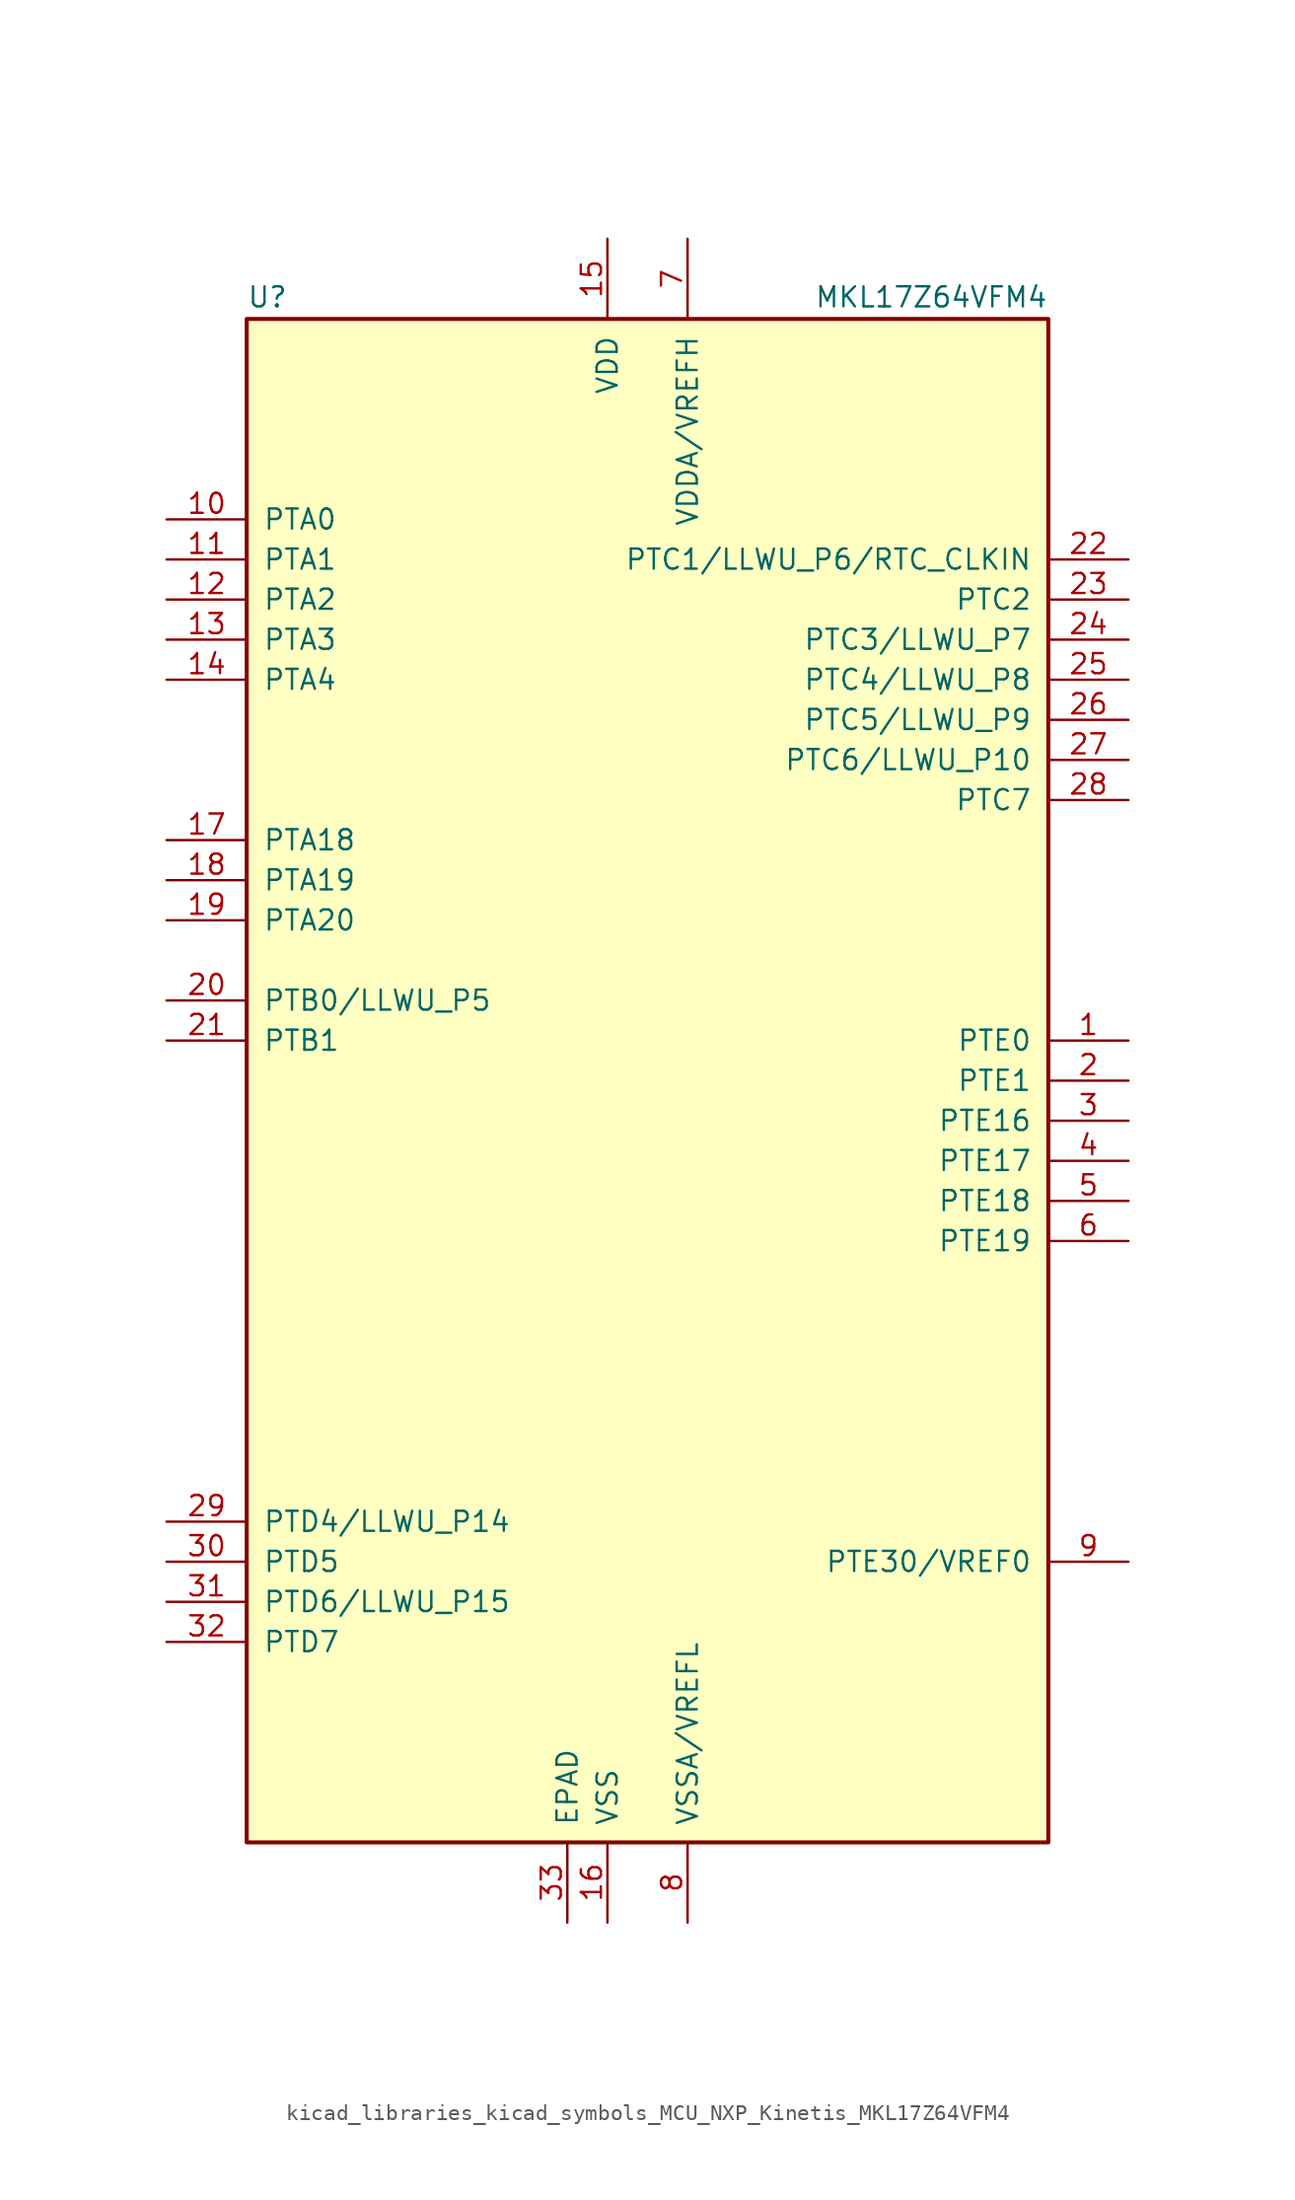
<source format=kicad_sym>
(kicad_symbol_lib
  (version 20220914)
  (generator kicad_symbol_editor)
  (symbol "kicad_libraries_kicad_symbols_MCU_NXP_Kinetis_MKL17Z64VFM4"
    (pin_names
      (offset 1.016))
    (property "Reference" "U"
      (at -25.4 48.895 0)
      (effects (font (size 1.27 1.27)) (justify left bottom)))
    (property "Value" "MKL17Z64VFM4"
      (at 25.4 48.895 0)
      (effects (font (size 1.27 1.27)) (justify right bottom)))
    (symbol "kicad_libraries_kicad_symbols_MCU_NXP_Kinetis_MKL17Z64VFM4_0_1"
      (rectangle (start -25.4 48.26) (end 25.4 -48.26) (stroke (width 0.254) (type default)) (fill (type background))))
    (symbol "kicad_libraries_kicad_symbols_MCU_NXP_Kinetis_MKL17Z64VFM4_1_1"
      (pin bidirectional line (at 30.48 2.54 180) (length 5.08) (name "PTE0" (effects (font (size 1.27 1.27)))) (number "1" (effects (font (size 1.27 1.27)))))
      (pin bidirectional line (at -30.48 35.56 0) (length 5.08) (name "PTA0" (effects (font (size 1.27 1.27)))) (number "10" (effects (font (size 1.27 1.27)))))
      (pin bidirectional line (at -30.48 33.02 0) (length 5.08) (name "PTA1" (effects (font (size 1.27 1.27)))) (number "11" (effects (font (size 1.27 1.27)))))
      (pin bidirectional line (at -30.48 30.48 0) (length 5.08) (name "PTA2" (effects (font (size 1.27 1.27)))) (number "12" (effects (font (size 1.27 1.27)))))
      (pin bidirectional line (at -30.48 27.94 0) (length 5.08) (name "PTA3" (effects (font (size 1.27 1.27)))) (number "13" (effects (font (size 1.27 1.27)))))
      (pin bidirectional line (at -30.48 25.4 0) (length 5.08) (name "PTA4" (effects (font (size 1.27 1.27)))) (number "14" (effects (font (size 1.27 1.27)))))
      (pin power_in line (at -2.54 53.34 270) (length 5.08) (name "VDD" (effects (font (size 1.27 1.27)))) (number "15" (effects (font (size 1.27 1.27)))))
      (pin power_in line (at -2.54 -53.34 90) (length 5.08) (name "VSS" (effects (font (size 1.27 1.27)))) (number "16" (effects (font (size 1.27 1.27)))))
      (pin bidirectional line (at -30.48 15.24 0) (length 5.08) (name "PTA18" (effects (font (size 1.27 1.27)))) (number "17" (effects (font (size 1.27 1.27)))))
      (pin bidirectional line (at -30.48 12.7 0) (length 5.08) (name "PTA19" (effects (font (size 1.27 1.27)))) (number "18" (effects (font (size 1.27 1.27)))))
      (pin bidirectional line (at -30.48 10.16 0) (length 5.08) (name "PTA20" (effects (font (size 1.27 1.27)))) (number "19" (effects (font (size 1.27 1.27)))))
      (pin bidirectional line (at 30.48 0 180) (length 5.08) (name "PTE1" (effects (font (size 1.27 1.27)))) (number "2" (effects (font (size 1.27 1.27)))))
      (pin bidirectional line (at -30.48 5.08 0) (length 5.08) (name "PTB0/LLWU_P5" (effects (font (size 1.27 1.27)))) (number "20" (effects (font (size 1.27 1.27)))))
      (pin bidirectional line (at -30.48 2.54 0) (length 5.08) (name "PTB1" (effects (font (size 1.27 1.27)))) (number "21" (effects (font (size 1.27 1.27)))))
      (pin bidirectional line (at 30.48 33.02 180) (length 5.08) (name "PTC1/LLWU_P6/RTC_CLKIN" (effects (font (size 1.27 1.27)))) (number "22" (effects (font (size 1.27 1.27)))))
      (pin bidirectional line (at 30.48 30.48 180) (length 5.08) (name "PTC2" (effects (font (size 1.27 1.27)))) (number "23" (effects (font (size 1.27 1.27)))))
      (pin bidirectional line (at 30.48 27.94 180) (length 5.08) (name "PTC3/LLWU_P7" (effects (font (size 1.27 1.27)))) (number "24" (effects (font (size 1.27 1.27)))))
      (pin bidirectional line (at 30.48 25.4 180) (length 5.08) (name "PTC4/LLWU_P8" (effects (font (size 1.27 1.27)))) (number "25" (effects (font (size 1.27 1.27)))))
      (pin bidirectional line (at 30.48 22.86 180) (length 5.08) (name "PTC5/LLWU_P9" (effects (font (size 1.27 1.27)))) (number "26" (effects (font (size 1.27 1.27)))))
      (pin bidirectional line (at 30.48 20.32 180) (length 5.08) (name "PTC6/LLWU_P10" (effects (font (size 1.27 1.27)))) (number "27" (effects (font (size 1.27 1.27)))))
      (pin bidirectional line (at 30.48 17.78 180) (length 5.08) (name "PTC7" (effects (font (size 1.27 1.27)))) (number "28" (effects (font (size 1.27 1.27)))))
      (pin bidirectional line (at -30.48 -27.94 0) (length 5.08) (name "PTD4/LLWU_P14" (effects (font (size 1.27 1.27)))) (number "29" (effects (font (size 1.27 1.27)))))
      (pin bidirectional line (at 30.48 -2.54 180) (length 5.08) (name "PTE16" (effects (font (size 1.27 1.27)))) (number "3" (effects (font (size 1.27 1.27)))))
      (pin bidirectional line (at -30.48 -30.48 0) (length 5.08) (name "PTD5" (effects (font (size 1.27 1.27)))) (number "30" (effects (font (size 1.27 1.27)))))
      (pin bidirectional line (at -30.48 -33.02 0) (length 5.08) (name "PTD6/LLWU_P15" (effects (font (size 1.27 1.27)))) (number "31" (effects (font (size 1.27 1.27)))))
      (pin bidirectional line (at -30.48 -35.56 0) (length 5.08) (name "PTD7" (effects (font (size 1.27 1.27)))) (number "32" (effects (font (size 1.27 1.27)))))
      (pin power_in line (at -5.08 -53.34 90) (length 5.08) (name "EPAD" (effects (font (size 1.27 1.27)))) (number "33" (effects (font (size 1.27 1.27)))))
      (pin bidirectional line (at 30.48 -5.08 180) (length 5.08) (name "PTE17" (effects (font (size 1.27 1.27)))) (number "4" (effects (font (size 1.27 1.27)))))
      (pin bidirectional line (at 30.48 -7.62 180) (length 5.08) (name "PTE18" (effects (font (size 1.27 1.27)))) (number "5" (effects (font (size 1.27 1.27)))))
      (pin bidirectional line (at 30.48 -10.16 180) (length 5.08) (name "PTE19" (effects (font (size 1.27 1.27)))) (number "6" (effects (font (size 1.27 1.27)))))
      (pin power_in line (at 2.54 53.34 270) (length 5.08) (name "VDDA/VREFH" (effects (font (size 1.27 1.27)))) (number "7" (effects (font (size 1.27 1.27)))))
      (pin power_in line (at 2.54 -53.34 90) (length 5.08) (name "VSSA/VREFL" (effects (font (size 1.27 1.27)))) (number "8" (effects (font (size 1.27 1.27)))))
      (pin bidirectional line (at 30.48 -30.48 180) (length 5.08) (name "PTE30/VREF0" (effects (font (size 1.27 1.27)))) (number "9" (effects (font (size 1.27 1.27))))))))
</source>
